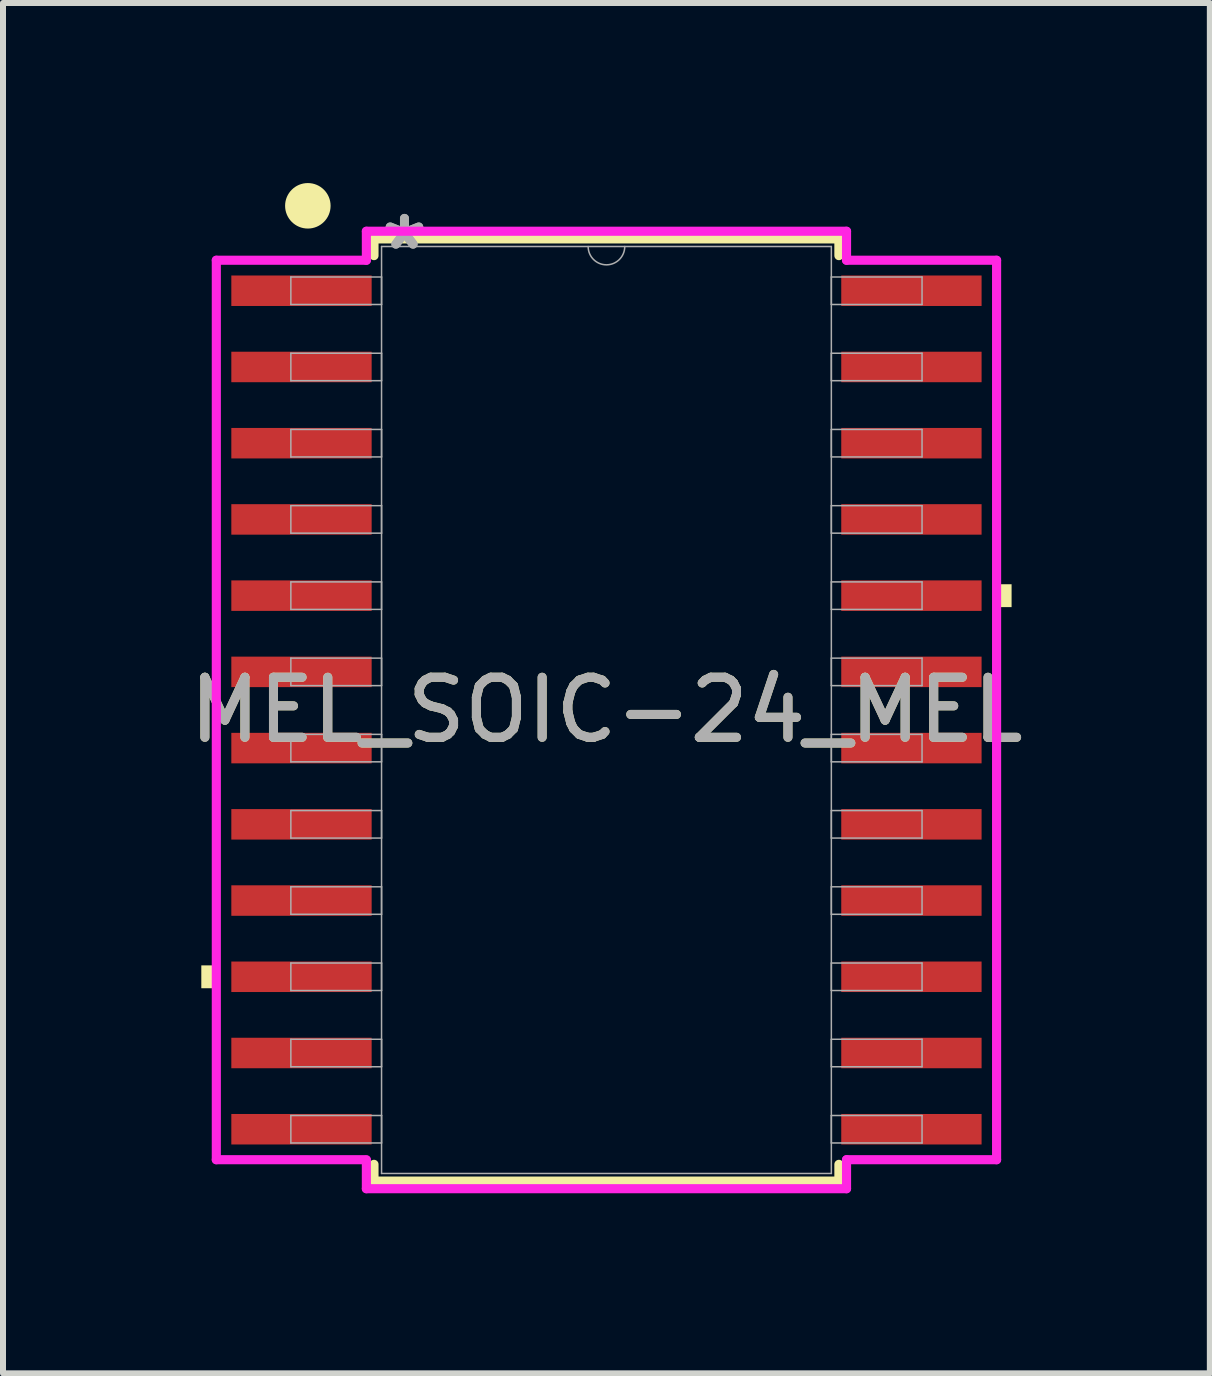
<source format=kicad_pcb>
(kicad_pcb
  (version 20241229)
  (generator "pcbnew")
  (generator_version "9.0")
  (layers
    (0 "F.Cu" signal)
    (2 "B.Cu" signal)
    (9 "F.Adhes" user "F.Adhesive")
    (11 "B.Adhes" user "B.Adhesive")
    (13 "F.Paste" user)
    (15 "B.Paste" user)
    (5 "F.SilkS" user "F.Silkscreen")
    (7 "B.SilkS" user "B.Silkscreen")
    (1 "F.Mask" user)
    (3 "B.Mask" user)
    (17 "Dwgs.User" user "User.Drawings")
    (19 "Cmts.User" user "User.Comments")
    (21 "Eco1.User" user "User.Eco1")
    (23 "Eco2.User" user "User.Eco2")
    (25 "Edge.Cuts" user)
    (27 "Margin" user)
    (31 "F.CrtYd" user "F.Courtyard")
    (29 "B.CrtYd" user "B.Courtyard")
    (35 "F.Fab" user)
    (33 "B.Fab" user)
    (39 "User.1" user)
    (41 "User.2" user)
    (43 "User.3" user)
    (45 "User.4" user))
  (footprint "MEL_SOIC-24_MEL"
    (layer "F.Cu")
    (at 7.054 8.779)
    (property "Reference" "MEL_SOIC-24_MEL" (at 0 0 0) (unlocked yes) (layer "F.SilkS") (effects (font (size 1 1) (thickness 0.15))))
    (attr smd)
    (fp_line (start -3.873 -7.849) (end -3.873 -7.57) (stroke (width 0.152) (type solid)) (layer "F.SilkS"))
    (fp_line (start -3.873 7.57) (end -3.873 7.849) (stroke (width 0.152) (type solid)) (layer "F.SilkS"))
    (fp_line (start -3.873 7.849) (end 3.873 7.849) (stroke (width 0.152) (type solid)) (layer "F.SilkS"))
    (fp_line (start 3.873 -7.849) (end -3.873 -7.849) (stroke (width 0.152) (type solid)) (layer "F.SilkS"))
    (fp_line (start 3.873 -7.57) (end 3.873 -7.849) (stroke (width 0.152) (type solid)) (layer "F.SilkS"))
    (fp_line (start 3.873 7.849) (end 3.873 7.57) (stroke (width 0.152) (type solid)) (layer "F.SilkS"))
    (fp_circle (center -4.975 -8.4) (end -4.646 -8.4) (stroke (width 0.1) (type solid)) (fill yes) (layer "F.SilkS"))
    (fp_poly (pts (xy -6.75 4.255) (xy -6.75 4.636) (xy -6.496 4.636) (xy -6.496 4.255)) (stroke (width 0) (type solid)) (fill yes) (layer "F.SilkS"))
    (fp_poly (pts (xy 6.75 -2.095) (xy 6.75 -1.714) (xy 6.496 -1.714) (xy 6.496 -2.095)) (stroke (width 0) (type solid)) (fill yes) (layer "F.SilkS"))
    (fp_line (start -6.5 -7.493) (end -4 -7.493) (stroke (width 0.152) (type solid)) (layer "F.CrtYd"))
    (fp_line (start -6.5 7.493) (end -6.5 -7.493) (stroke (width 0.152) (type solid)) (layer "F.CrtYd"))
    (fp_line (start -6.5 7.493) (end -4 7.493) (stroke (width 0.152) (type solid)) (layer "F.CrtYd"))
    (fp_line (start -4 -7.976) (end 4 -7.976) (stroke (width 0.152) (type solid)) (layer "F.CrtYd"))
    (fp_line (start -4 -7.493) (end -4 -7.976) (stroke (width 0.152) (type solid)) (layer "F.CrtYd"))
    (fp_line (start -4 7.976) (end -4 7.5) (stroke (width 0.152) (type solid)) (layer "F.CrtYd"))
    (fp_line (start 4 -7.976) (end 4 -7.493) (stroke (width 0.152) (type solid)) (layer "F.CrtYd"))
    (fp_line (start 4 7.493) (end 4 7.976) (stroke (width 0.152) (type solid)) (layer "F.CrtYd"))
    (fp_line (start 4 7.976) (end -4 7.976) (stroke (width 0.152) (type solid)) (layer "F.CrtYd"))
    (fp_line (start 6.5 -7.493) (end 4 -7.493) (stroke (width 0.152) (type solid)) (layer "F.CrtYd"))
    (fp_line (start 6.5 -7.493) (end 6.5 7.493) (stroke (width 0.152) (type solid)) (layer "F.CrtYd"))
    (fp_line (start 6.5 7.493) (end 4 7.493) (stroke (width 0.152) (type solid)) (layer "F.CrtYd"))
    (fp_line (start -5.258 -7.214) (end -5.258 -6.756) (stroke (width 0.025) (type solid)) (layer "F.Fab"))
    (fp_line (start -5.258 -6.756) (end -3.747 -6.756) (stroke (width 0.025) (type solid)) (layer "F.Fab"))
    (fp_line (start -5.258 -5.944) (end -5.258 -5.486) (stroke (width 0.025) (type solid)) (layer "F.Fab"))
    (fp_line (start -5.258 -5.486) (end -3.747 -5.486) (stroke (width 0.025) (type solid)) (layer "F.Fab"))
    (fp_line (start -5.258 -4.674) (end -5.258 -4.216) (stroke (width 0.025) (type solid)) (layer "F.Fab"))
    (fp_line (start -5.258 -4.216) (end -3.747 -4.216) (stroke (width 0.025) (type solid)) (layer "F.Fab"))
    (fp_line (start -5.258 -3.404) (end -5.258 -2.946) (stroke (width 0.025) (type solid)) (layer "F.Fab"))
    (fp_line (start -5.258 -2.946) (end -3.747 -2.946) (stroke (width 0.025) (type solid)) (layer "F.Fab"))
    (fp_line (start -5.258 -2.134) (end -5.258 -1.676) (stroke (width 0.025) (type solid)) (layer "F.Fab"))
    (fp_line (start -5.258 -1.676) (end -3.747 -1.676) (stroke (width 0.025) (type solid)) (layer "F.Fab"))
    (fp_line (start -5.258 -0.864) (end -5.258 -0.406) (stroke (width 0.025) (type solid)) (layer "F.Fab"))
    (fp_line (start -5.258 -0.406) (end -3.747 -0.406) (stroke (width 0.025) (type solid)) (layer "F.Fab"))
    (fp_line (start -5.258 0.406) (end -5.258 0.864) (stroke (width 0.025) (type solid)) (layer "F.Fab"))
    (fp_line (start -5.258 0.864) (end -3.747 0.864) (stroke (width 0.025) (type solid)) (layer "F.Fab"))
    (fp_line (start -5.258 1.676) (end -5.258 2.134) (stroke (width 0.025) (type solid)) (layer "F.Fab"))
    (fp_line (start -5.258 2.134) (end -3.747 2.134) (stroke (width 0.025) (type solid)) (layer "F.Fab"))
    (fp_line (start -5.258 2.946) (end -5.258 3.404) (stroke (width 0.025) (type solid)) (layer "F.Fab"))
    (fp_line (start -5.258 3.404) (end -3.747 3.404) (stroke (width 0.025) (type solid)) (layer "F.Fab"))
    (fp_line (start -5.258 4.216) (end -5.258 4.674) (stroke (width 0.025) (type solid)) (layer "F.Fab"))
    (fp_line (start -5.258 4.674) (end -3.747 4.674) (stroke (width 0.025) (type solid)) (layer "F.Fab"))
    (fp_line (start -5.258 5.486) (end -5.258 5.944) (stroke (width 0.025) (type solid)) (layer "F.Fab"))
    (fp_line (start -5.258 5.944) (end -3.747 5.944) (stroke (width 0.025) (type solid)) (layer "F.Fab"))
    (fp_line (start -5.258 6.756) (end -5.258 7.214) (stroke (width 0.025) (type solid)) (layer "F.Fab"))
    (fp_line (start -5.258 7.214) (end -3.747 7.214) (stroke (width 0.025) (type solid)) (layer "F.Fab"))
    (fp_line (start -3.747 -7.722) (end -3.747 7.722) (stroke (width 0.025) (type solid)) (layer "F.Fab"))
    (fp_line (start -3.747 -7.214) (end -5.258 -7.214) (stroke (width 0.025) (type solid)) (layer "F.Fab"))
    (fp_line (start -3.747 -6.756) (end -3.747 -7.214) (stroke (width 0.025) (type solid)) (layer "F.Fab"))
    (fp_line (start -3.747 -5.944) (end -5.258 -5.944) (stroke (width 0.025) (type solid)) (layer "F.Fab"))
    (fp_line (start -3.747 -5.486) (end -3.747 -5.944) (stroke (width 0.025) (type solid)) (layer "F.Fab"))
    (fp_line (start -3.747 -4.674) (end -5.258 -4.674) (stroke (width 0.025) (type solid)) (layer "F.Fab"))
    (fp_line (start -3.747 -4.216) (end -3.747 -4.674) (stroke (width 0.025) (type solid)) (layer "F.Fab"))
    (fp_line (start -3.747 -3.404) (end -5.258 -3.404) (stroke (width 0.025) (type solid)) (layer "F.Fab"))
    (fp_line (start -3.747 -2.946) (end -3.747 -3.404) (stroke (width 0.025) (type solid)) (layer "F.Fab"))
    (fp_line (start -3.747 -2.134) (end -5.258 -2.134) (stroke (width 0.025) (type solid)) (layer "F.Fab"))
    (fp_line (start -3.747 -1.676) (end -3.747 -2.134) (stroke (width 0.025) (type solid)) (layer "F.Fab"))
    (fp_line (start -3.747 -0.864) (end -5.258 -0.864) (stroke (width 0.025) (type solid)) (layer "F.Fab"))
    (fp_line (start -3.747 -0.406) (end -3.747 -0.864) (stroke (width 0.025) (type solid)) (layer "F.Fab"))
    (fp_line (start -3.747 0.406) (end -5.258 0.406) (stroke (width 0.025) (type solid)) (layer "F.Fab"))
    (fp_line (start -3.747 0.864) (end -3.747 0.406) (stroke (width 0.025) (type solid)) (layer "F.Fab"))
    (fp_line (start -3.747 1.676) (end -5.258 1.676) (stroke (width 0.025) (type solid)) (layer "F.Fab"))
    (fp_line (start -3.747 2.134) (end -3.747 1.676) (stroke (width 0.025) (type solid)) (layer "F.Fab"))
    (fp_line (start -3.747 2.946) (end -5.258 2.946) (stroke (width 0.025) (type solid)) (layer "F.Fab"))
    (fp_line (start -3.747 3.404) (end -3.747 2.946) (stroke (width 0.025) (type solid)) (layer "F.Fab"))
    (fp_line (start -3.747 4.216) (end -5.258 4.216) (stroke (width 0.025) (type solid)) (layer "F.Fab"))
    (fp_line (start -3.747 4.674) (end -3.747 4.216) (stroke (width 0.025) (type solid)) (layer "F.Fab"))
    (fp_line (start -3.747 5.486) (end -5.258 5.486) (stroke (width 0.025) (type solid)) (layer "F.Fab"))
    (fp_line (start -3.747 5.944) (end -3.747 5.486) (stroke (width 0.025) (type solid)) (layer "F.Fab"))
    (fp_line (start -3.747 6.756) (end -5.258 6.756) (stroke (width 0.025) (type solid)) (layer "F.Fab"))
    (fp_line (start -3.747 7.214) (end -3.747 6.756) (stroke (width 0.025) (type solid)) (layer "F.Fab"))
    (fp_line (start -3.747 7.722) (end 3.747 7.722) (stroke (width 0.025) (type solid)) (layer "F.Fab"))
    (fp_line (start 3.747 -7.722) (end -3.747 -7.722) (stroke (width 0.025) (type solid)) (layer "F.Fab"))
    (fp_line (start 3.747 -7.214) (end 3.747 -6.756) (stroke (width 0.025) (type solid)) (layer "F.Fab"))
    (fp_line (start 3.747 -6.756) (end 5.258 -6.756) (stroke (width 0.025) (type solid)) (layer "F.Fab"))
    (fp_line (start 3.747 -5.944) (end 3.747 -5.486) (stroke (width 0.025) (type solid)) (layer "F.Fab"))
    (fp_line (start 3.747 -5.486) (end 5.258 -5.486) (stroke (width 0.025) (type solid)) (layer "F.Fab"))
    (fp_line (start 3.747 -4.674) (end 3.747 -4.216) (stroke (width 0.025) (type solid)) (layer "F.Fab"))
    (fp_line (start 3.747 -4.216) (end 5.258 -4.216) (stroke (width 0.025) (type solid)) (layer "F.Fab"))
    (fp_line (start 3.747 -3.404) (end 3.747 -2.946) (stroke (width 0.025) (type solid)) (layer "F.Fab"))
    (fp_line (start 3.747 -2.946) (end 5.258 -2.946) (stroke (width 0.025) (type solid)) (layer "F.Fab"))
    (fp_line (start 3.747 -2.134) (end 3.747 -1.676) (stroke (width 0.025) (type solid)) (layer "F.Fab"))
    (fp_line (start 3.747 -1.676) (end 5.258 -1.676) (stroke (width 0.025) (type solid)) (layer "F.Fab"))
    (fp_line (start 3.747 -0.864) (end 3.747 -0.406) (stroke (width 0.025) (type solid)) (layer "F.Fab"))
    (fp_line (start 3.747 -0.406) (end 5.258 -0.406) (stroke (width 0.025) (type solid)) (layer "F.Fab"))
    (fp_line (start 3.747 0.406) (end 3.747 0.864) (stroke (width 0.025) (type solid)) (layer "F.Fab"))
    (fp_line (start 3.747 0.864) (end 5.258 0.864) (stroke (width 0.025) (type solid)) (layer "F.Fab"))
    (fp_line (start 3.747 1.676) (end 3.747 2.134) (stroke (width 0.025) (type solid)) (layer "F.Fab"))
    (fp_line (start 3.747 2.134) (end 5.258 2.134) (stroke (width 0.025) (type solid)) (layer "F.Fab"))
    (fp_line (start 3.747 2.946) (end 3.747 3.404) (stroke (width 0.025) (type solid)) (layer "F.Fab"))
    (fp_line (start 3.747 3.404) (end 5.258 3.404) (stroke (width 0.025) (type solid)) (layer "F.Fab"))
    (fp_line (start 3.747 4.216) (end 3.747 4.674) (stroke (width 0.025) (type solid)) (layer "F.Fab"))
    (fp_line (start 3.747 4.674) (end 5.258 4.674) (stroke (width 0.025) (type solid)) (layer "F.Fab"))
    (fp_line (start 3.747 5.486) (end 3.747 5.944) (stroke (width 0.025) (type solid)) (layer "F.Fab"))
    (fp_line (start 3.747 5.944) (end 5.258 5.944) (stroke (width 0.025) (type solid)) (layer "F.Fab"))
    (fp_line (start 3.747 6.756) (end 3.747 7.214) (stroke (width 0.025) (type solid)) (layer "F.Fab"))
    (fp_line (start 3.747 7.214) (end 5.258 7.214) (stroke (width 0.025) (type solid)) (layer "F.Fab"))
    (fp_line (start 3.747 7.722) (end 3.747 -7.722) (stroke (width 0.025) (type solid)) (layer "F.Fab"))
    (fp_line (start 5.258 -7.214) (end 3.747 -7.214) (stroke (width 0.025) (type solid)) (layer "F.Fab"))
    (fp_line (start 5.258 -6.756) (end 5.258 -7.214) (stroke (width 0.025) (type solid)) (layer "F.Fab"))
    (fp_line (start 5.258 -5.944) (end 3.747 -5.944) (stroke (width 0.025) (type solid)) (layer "F.Fab"))
    (fp_line (start 5.258 -5.486) (end 5.258 -5.944) (stroke (width 0.025) (type solid)) (layer "F.Fab"))
    (fp_line (start 5.258 -4.674) (end 3.747 -4.674) (stroke (width 0.025) (type solid)) (layer "F.Fab"))
    (fp_line (start 5.258 -4.216) (end 5.258 -4.674) (stroke (width 0.025) (type solid)) (layer "F.Fab"))
    (fp_line (start 5.258 -3.404) (end 3.747 -3.404) (stroke (width 0.025) (type solid)) (layer "F.Fab"))
    (fp_line (start 5.258 -2.946) (end 5.258 -3.404) (stroke (width 0.025) (type solid)) (layer "F.Fab"))
    (fp_line (start 5.258 -2.134) (end 3.747 -2.134) (stroke (width 0.025) (type solid)) (layer "F.Fab"))
    (fp_line (start 5.258 -1.676) (end 5.258 -2.134) (stroke (width 0.025) (type solid)) (layer "F.Fab"))
    (fp_line (start 5.258 -0.864) (end 3.747 -0.864) (stroke (width 0.025) (type solid)) (layer "F.Fab"))
    (fp_line (start 5.258 -0.406) (end 5.258 -0.864) (stroke (width 0.025) (type solid)) (layer "F.Fab"))
    (fp_line (start 5.258 0.406) (end 3.747 0.406) (stroke (width 0.025) (type solid)) (layer "F.Fab"))
    (fp_line (start 5.258 0.864) (end 5.258 0.406) (stroke (width 0.025) (type solid)) (layer "F.Fab"))
    (fp_line (start 5.258 1.676) (end 3.747 1.676) (stroke (width 0.025) (type solid)) (layer "F.Fab"))
    (fp_line (start 5.258 2.134) (end 5.258 1.676) (stroke (width 0.025) (type solid)) (layer "F.Fab"))
    (fp_line (start 5.258 2.946) (end 3.747 2.946) (stroke (width 0.025) (type solid)) (layer "F.Fab"))
    (fp_line (start 5.258 3.404) (end 5.258 2.946) (stroke (width 0.025) (type solid)) (layer "F.Fab"))
    (fp_line (start 5.258 4.216) (end 3.747 4.216) (stroke (width 0.025) (type solid)) (layer "F.Fab"))
    (fp_line (start 5.258 4.674) (end 5.258 4.216) (stroke (width 0.025) (type solid)) (layer "F.Fab"))
    (fp_line (start 5.258 5.486) (end 3.747 5.486) (stroke (width 0.025) (type solid)) (layer "F.Fab"))
    (fp_line (start 5.258 5.944) (end 5.258 5.486) (stroke (width 0.025) (type solid)) (layer "F.Fab"))
    (fp_line (start 5.258 6.756) (end 3.747 6.756) (stroke (width 0.025) (type solid)) (layer "F.Fab"))
    (fp_line (start 5.258 7.214) (end 5.258 6.756) (stroke (width 0.025) (type solid)) (layer "F.Fab"))
    (fp_arc (start 0.3048 -7.7216) (mid 0 -7.4168) (end -0.3048 -7.7216) (stroke (width 0.0254) (type solid)) (layer "F.Fab"))
    (fp_text user "*" (at -3.365 -7.645 180) (layer "F.Fab") (effects (font (size 1 1) (thickness 0.15))))
    (fp_text user "${REFERENCE}" (at 0 0 0) (unlocked yes) (layer "F.Fab") (effects (font (size 1 1) (thickness 0.15))))
    (fp_text user "*" (at -3.365 -7.645 0) (unlocked yes) (layer "F.Fab") (effects (font (size 1 1) (thickness 0.15))))
    (pad "1" smd rect (at -5.081 -6.985) (size 2.338 0.508) (layers "F.Cu" "F.Mask" "F.Paste"))
    (pad "2" smd rect (at -5.081 -5.715) (size 2.338 0.508) (layers "F.Cu" "F.Mask" "F.Paste"))
    (pad "3" smd rect (at -5.081 -4.445) (size 2.338 0.508) (layers "F.Cu" "F.Mask" "F.Paste"))
    (pad "4" smd rect (at -5.081 -3.175) (size 2.338 0.508) (layers "F.Cu" "F.Mask" "F.Paste"))
    (pad "5" smd rect (at -5.081 -1.905) (size 2.338 0.508) (layers "F.Cu" "F.Mask" "F.Paste"))
    (pad "6" smd rect (at -5.081 -0.635) (size 2.338 0.508) (layers "F.Cu" "F.Mask" "F.Paste"))
    (pad "7" smd rect (at -5.081 0.635) (size 2.338 0.508) (layers "F.Cu" "F.Mask" "F.Paste"))
    (pad "8" smd rect (at -5.081 1.905) (size 2.338 0.508) (layers "F.Cu" "F.Mask" "F.Paste"))
    (pad "9" smd rect (at -5.081 3.175) (size 2.338 0.508) (layers "F.Cu" "F.Mask" "F.Paste"))
    (pad "10" smd rect (at -5.081 4.445) (size 2.338 0.508) (layers "F.Cu" "F.Mask" "F.Paste"))
    (pad "11" smd rect (at -5.081 5.715) (size 2.338 0.508) (layers "F.Cu" "F.Mask" "F.Paste"))
    (pad "12" smd rect (at -5.081 6.985) (size 2.338 0.508) (layers "F.Cu" "F.Mask" "F.Paste"))
    (pad "13" smd rect (at 5.081 6.985) (size 2.338 0.508) (layers "F.Cu" "F.Mask" "F.Paste"))
    (pad "14" smd rect (at 5.081 5.715) (size 2.338 0.508) (layers "F.Cu" "F.Mask" "F.Paste"))
    (pad "15" smd rect (at 5.081 4.445) (size 2.338 0.508) (layers "F.Cu" "F.Mask" "F.Paste"))
    (pad "16" smd rect (at 5.081 3.175) (size 2.338 0.508) (layers "F.Cu" "F.Mask" "F.Paste"))
    (pad "17" smd rect (at 5.081 1.905) (size 2.338 0.508) (layers "F.Cu" "F.Mask" "F.Paste"))
    (pad "18" smd rect (at 5.081 0.635) (size 2.338 0.508) (layers "F.Cu" "F.Mask" "F.Paste"))
    (pad "19" smd rect (at 5.081 -0.635) (size 2.338 0.508) (layers "F.Cu" "F.Mask" "F.Paste"))
    (pad "20" smd rect (at 5.081 -1.905) (size 2.338 0.508) (layers "F.Cu" "F.Mask" "F.Paste"))
    (pad "21" smd rect (at 5.081 -3.175) (size 2.338 0.508) (layers "F.Cu" "F.Mask" "F.Paste"))
    (pad "22" smd rect (at 5.081 -4.445) (size 2.338 0.508) (layers "F.Cu" "F.Mask" "F.Paste"))
    (pad "23" smd rect (at 5.081 -5.715) (size 2.338 0.508) (layers "F.Cu" "F.Mask" "F.Paste"))
    (pad "24" smd rect (at 5.081 -6.985) (size 2.338 0.508) (layers "F.Cu" "F.Mask" "F.Paste")))
  (gr_rect
    (start -3 -3)
    (end 17.107 19.831)
    (stroke (width 0.1) (type default))
    (fill no)
    (layer "Edge.Cuts")))
</source>
